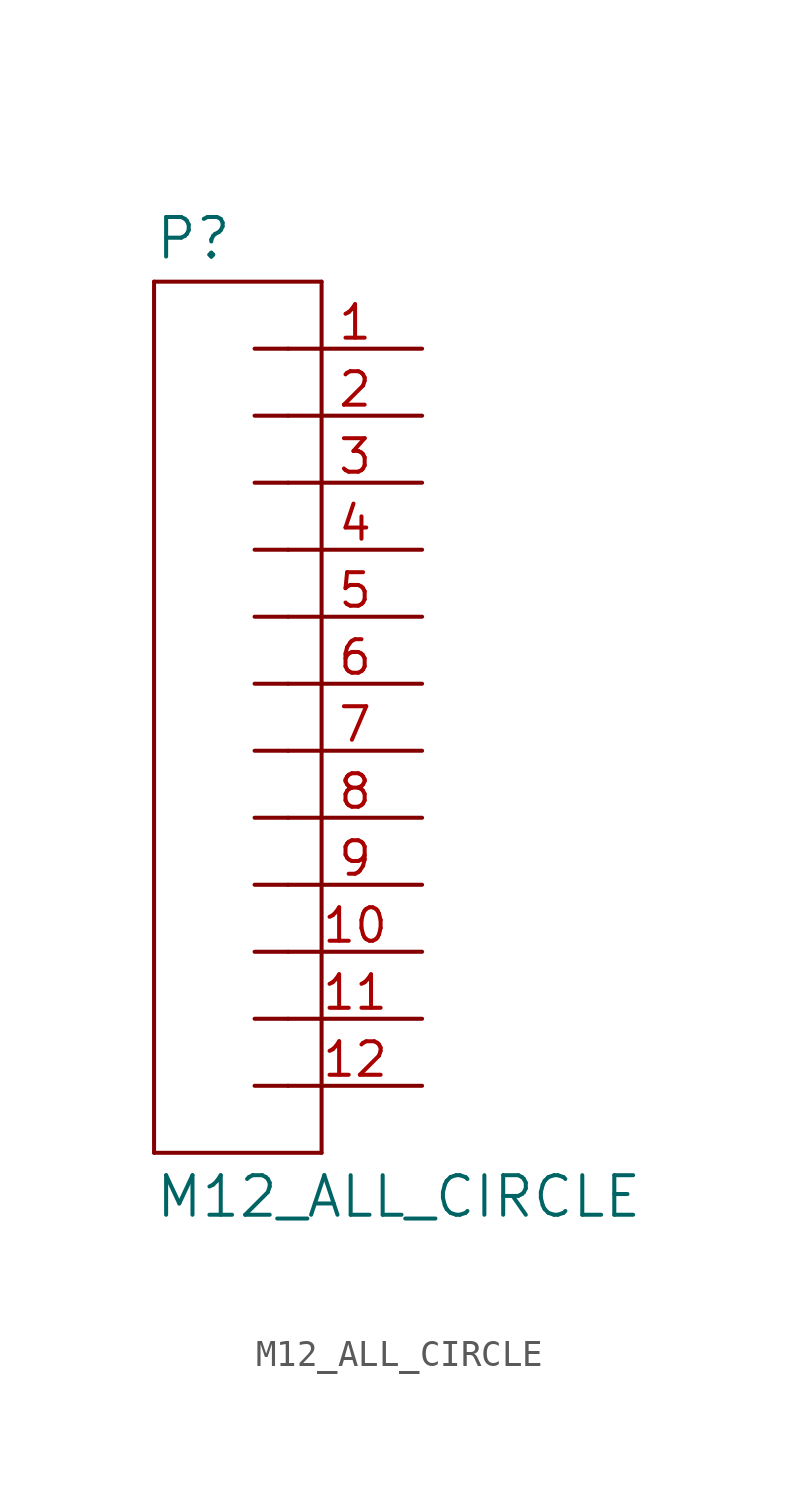
<source format=kicad_sym>
(kicad_symbol_lib
  (version 20211014)
  (generator kicad_symbol_editor)
  (symbol "M12_ALL_CIRCLE"
    (pin_names
      (offset 1.016))
    (property "Reference" "P"
      (at 0 0.762 0)
      (effects (font (size 1.499 1.499)) (justify left bottom)))
    (property "Value" "M12_ALL_CIRCLE"
      (at 0 -35.56 0)
      (effects (font (size 1.499 1.499)) (justify left bottom)))
    (property "ki_locked" ""
      (at 0 0 0)
      (effects (font (size 1.27 1.27))))
    (symbol "M12_ALL_CIRCLE_1_0"
      (polyline (pts (xy 0 -33.02) (xy 6.35 -33.02)) (stroke (width 0) (type default) (color 0 0 0 0)) (fill (type none)))
      (polyline (pts (xy 0 0) (xy 0 -33.02)) (stroke (width 0) (type default) (color 0 0 0 0)) (fill (type none)))
      (polyline (pts (xy 0 0) (xy 6.35 0)) (stroke (width 0) (type default) (color 0 0 0 0)) (fill (type none)))
      (polyline (pts (xy 3.81 -30.48) (xy 5.08 -30.48)) (stroke (width 0) (type default) (color 0 0 0 0)) (fill (type none)))
      (polyline (pts (xy 3.81 -27.94) (xy 5.08 -27.94)) (stroke (width 0) (type default) (color 0 0 0 0)) (fill (type none)))
      (polyline (pts (xy 3.81 -25.4) (xy 5.08 -25.4)) (stroke (width 0) (type default) (color 0 0 0 0)) (fill (type none)))
      (polyline (pts (xy 3.81 -22.86) (xy 5.08 -22.86)) (stroke (width 0) (type default) (color 0 0 0 0)) (fill (type none)))
      (polyline (pts (xy 3.81 -20.32) (xy 5.08 -20.32)) (stroke (width 0) (type default) (color 0 0 0 0)) (fill (type none)))
      (polyline (pts (xy 3.81 -17.78) (xy 5.08 -17.78)) (stroke (width 0) (type default) (color 0 0 0 0)) (fill (type none)))
      (polyline (pts (xy 3.81 -15.24) (xy 5.08 -15.24)) (stroke (width 0) (type default) (color 0 0 0 0)) (fill (type none)))
      (polyline (pts (xy 3.81 -12.7) (xy 5.08 -12.7)) (stroke (width 0) (type default) (color 0 0 0 0)) (fill (type none)))
      (polyline (pts (xy 3.81 -10.16) (xy 5.08 -10.16)) (stroke (width 0) (type default) (color 0 0 0 0)) (fill (type none)))
      (polyline (pts (xy 3.81 -7.62) (xy 5.08 -7.62)) (stroke (width 0) (type default) (color 0 0 0 0)) (fill (type none)))
      (polyline (pts (xy 3.81 -5.08) (xy 5.08 -5.08)) (stroke (width 0) (type default) (color 0 0 0 0)) (fill (type none)))
      (polyline (pts (xy 3.81 -2.54) (xy 5.08 -2.54)) (stroke (width 0) (type default) (color 0 0 0 0)) (fill (type none)))
      (polyline (pts (xy 6.35 -33.02) (xy 6.35 0)) (stroke (width 0) (type default) (color 0 0 0 0)) (fill (type none)))
      (pin passive line (at 10.16 -2.54 180) (length 5.08) (name "1" (effects (font (size 0 0)))) (number "1" (effects (font (size 1.27 1.27)))))
      (pin passive line (at 10.16 -25.4 180) (length 5.08) (name "10" (effects (font (size 0 0)))) (number "10" (effects (font (size 1.27 1.27)))))
      (pin passive line (at 10.16 -27.94 180) (length 5.08) (name "11" (effects (font (size 0 0)))) (number "11" (effects (font (size 1.27 1.27)))))
      (pin passive line (at 10.16 -30.48 180) (length 5.08) (name "12" (effects (font (size 0 0)))) (number "12" (effects (font (size 1.27 1.27)))))
      (pin passive line (at 10.16 -5.08 180) (length 5.08) (name "2" (effects (font (size 0 0)))) (number "2" (effects (font (size 1.27 1.27)))))
      (pin passive line (at 10.16 -7.62 180) (length 5.08) (name "3" (effects (font (size 0 0)))) (number "3" (effects (font (size 1.27 1.27)))))
      (pin passive line (at 10.16 -10.16 180) (length 5.08) (name "4" (effects (font (size 0 0)))) (number "4" (effects (font (size 1.27 1.27)))))
      (pin passive line (at 10.16 -12.7 180) (length 5.08) (name "5" (effects (font (size 0 0)))) (number "5" (effects (font (size 1.27 1.27)))))
      (pin passive line (at 10.16 -15.24 180) (length 5.08) (name "6" (effects (font (size 0 0)))) (number "6" (effects (font (size 1.27 1.27)))))
      (pin passive line (at 10.16 -17.78 180) (length 5.08) (name "7" (effects (font (size 0 0)))) (number "7" (effects (font (size 1.27 1.27)))))
      (pin passive line (at 10.16 -20.32 180) (length 5.08) (name "8" (effects (font (size 0 0)))) (number "8" (effects (font (size 1.27 1.27)))))
      (pin passive line (at 10.16 -22.86 180) (length 5.08) (name "9" (effects (font (size 0 0)))) (number "9" (effects (font (size 1.27 1.27))))))))
</source>
